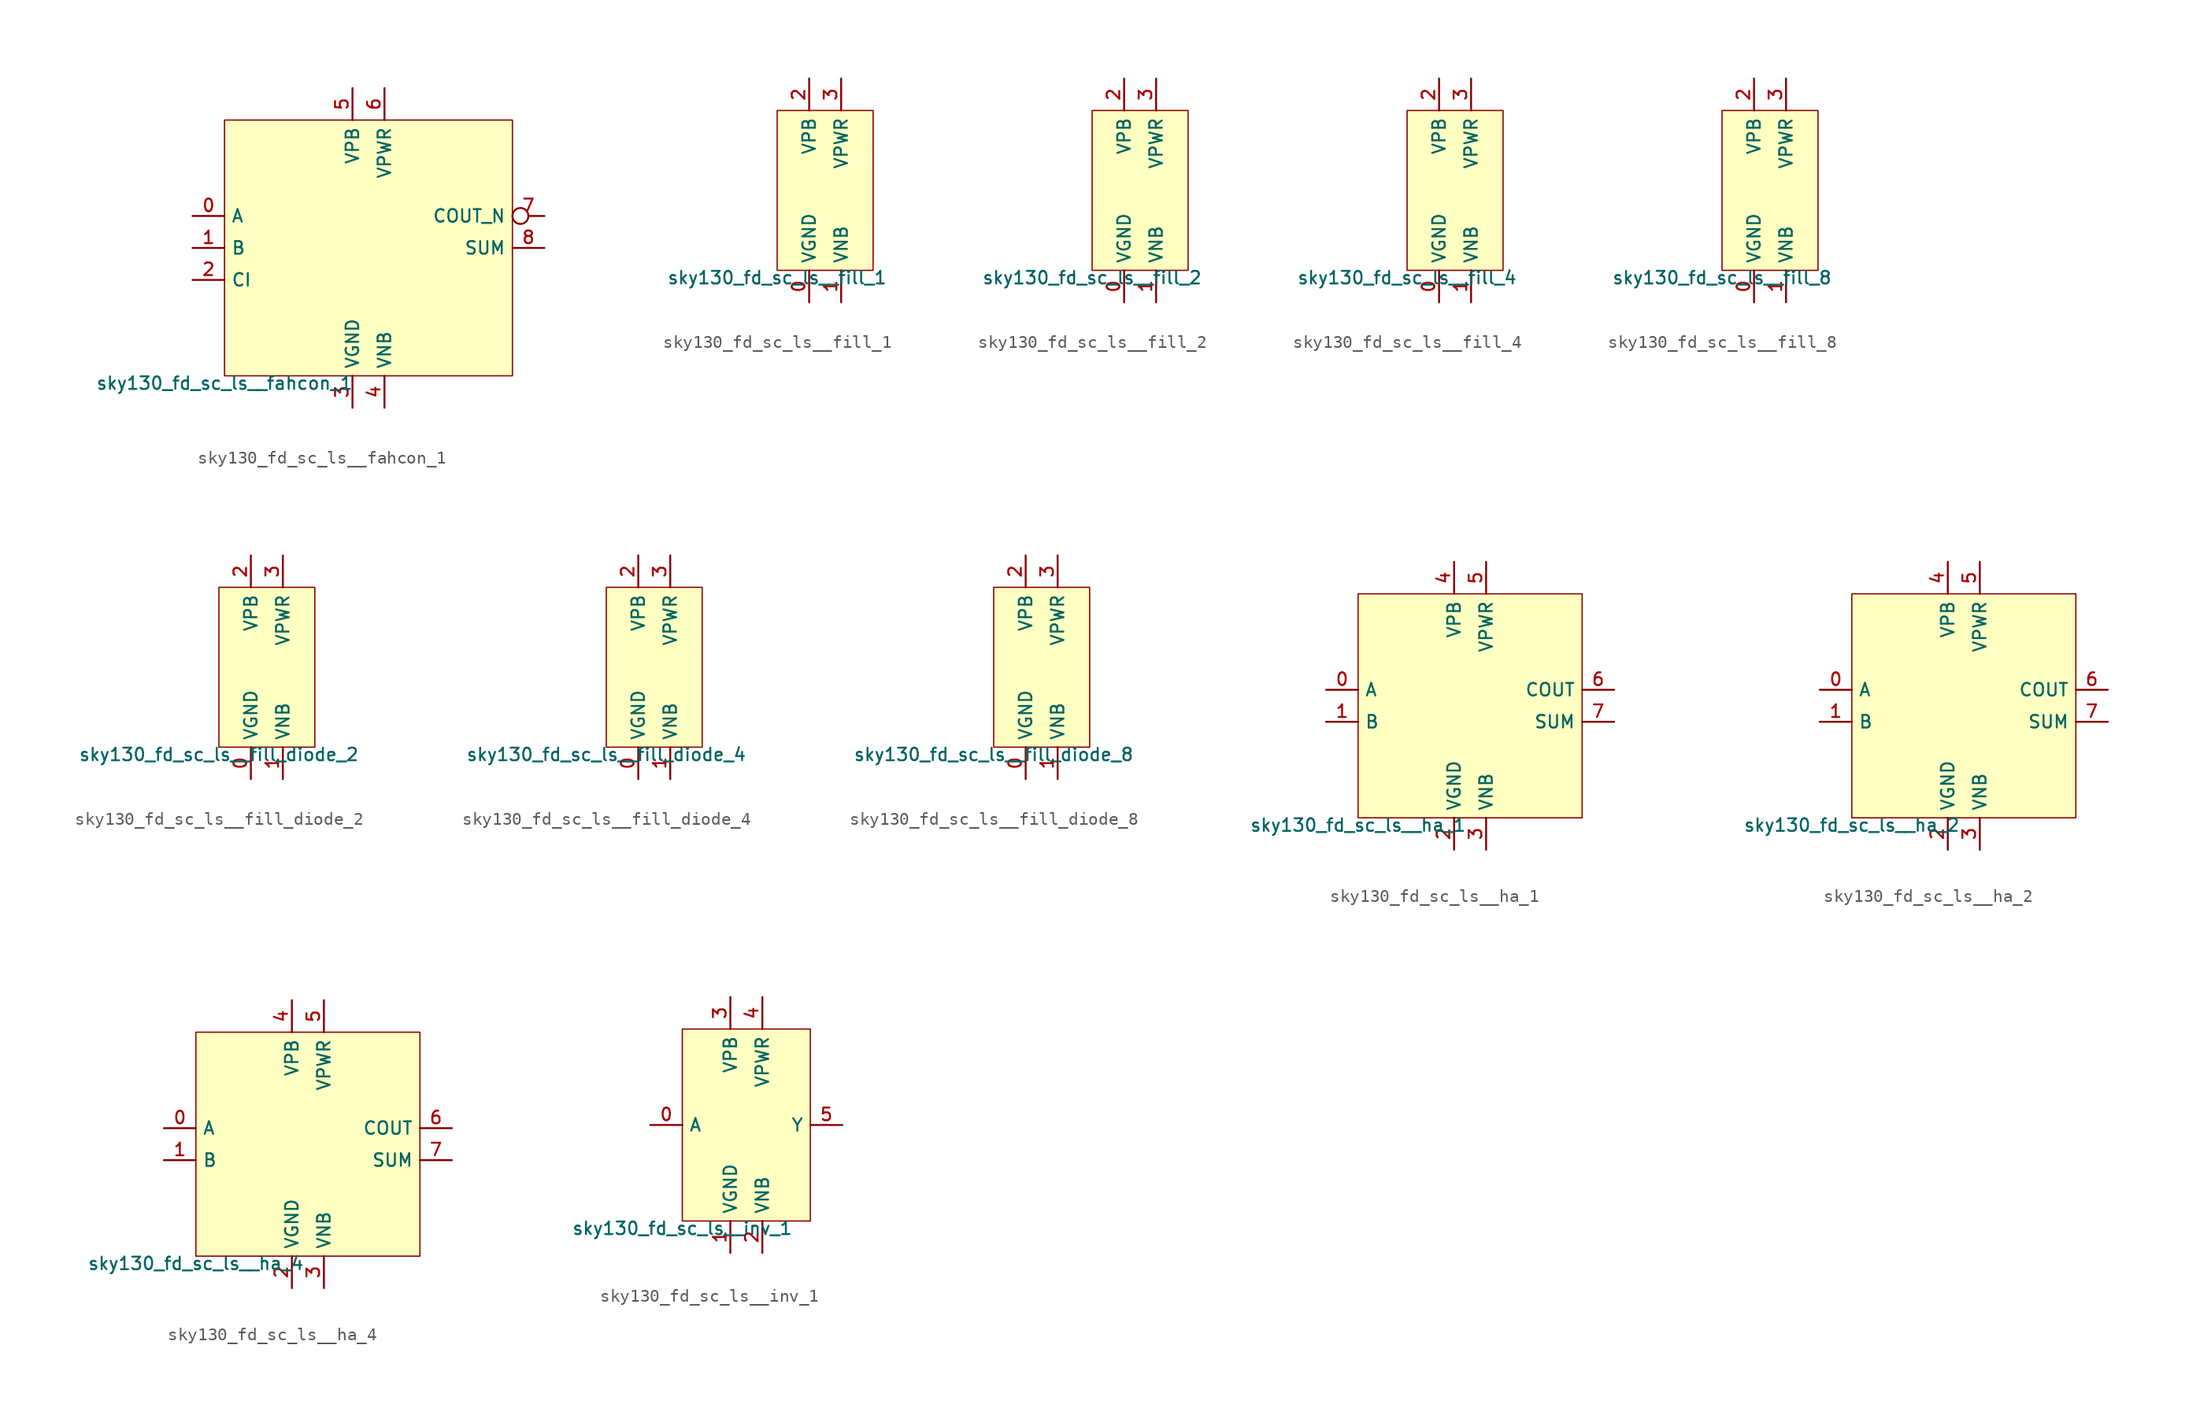
<source format=kicad_sym>
(kicad_symbol_lib
  (version 20211014)
  (generator lef2kicad_sym)
  (symbol "sky130_fd_sc_ls__fahcon_1"
    (property "Reference" "X"
      (at 0 0 0)
      (effects (font (size 1 1)) hide))
    (property "Value" "sky130_fd_sc_ls__fahcon_1"
      (at -11.43 -10.16 0)
      (effects (font (size 1 1)) (justify top)))
    (rectangle
      (start -11.43 -10.16)
      (end 11.43 10.16)
      (stroke (width 0.1) (type solid) (color 0 0 0 0))
      (fill (type background)))
    (pin input line
      (at -13.97 2.54 0)
      (length 2.54)
      (name "A" (effects (font (size 1 1)) hide))
      (number "0" (effects (font (size 1 1)) hide)))
    (pin input line
      (at -13.97 0.0 0)
      (length 2.54)
      (name "B" (effects (font (size 1 1)) hide))
      (number "1" (effects (font (size 1 1)) hide)))
    (pin input line
      (at -13.97 -2.54 0)
      (length 2.54)
      (name "CI" (effects (font (size 1 1)) hide))
      (number "2" (effects (font (size 1 1)) hide)))
    (pin power_in line
      (at -1.27 -12.7 90)
      (length 2.54)
      (name "VGND" (effects (font (size 1 1)) hide))
      (number "3" (effects (font (size 1 1)) hide)))
    (pin power_in line
      (at 1.27 -12.7 90)
      (length 2.54)
      (name "VNB" (effects (font (size 1 1)) hide))
      (number "4" (effects (font (size 1 1)) hide)))
    (pin power_in line
      (at -1.27 12.7 270)
      (length 2.54)
      (name "VPB" (effects (font (size 1 1)) hide))
      (number "5" (effects (font (size 1 1)) hide)))
    (pin power_in line
      (at 1.27 12.7 270)
      (length 2.54)
      (name "VPWR" (effects (font (size 1 1)) hide))
      (number "6" (effects (font (size 1 1)) hide)))
    (pin output inverted
      (at 13.97 2.54 180)
      (length 2.54)
      (name "COUT_N" (effects (font (size 1 1)) hide))
      (number "7" (effects (font (size 1 1)) hide)))
    (pin output line
      (at 13.97 0.0 180)
      (length 2.54)
      (name "SUM" (effects (font (size 1 1)) hide))
      (number "8" (effects (font (size 1 1)) hide))))
  (symbol "sky130_fd_sc_ls__fill_1"
    (property "Reference" "X"
      (at 0 0 0)
      (effects (font (size 1 1)) hide))
    (property "Value" "sky130_fd_sc_ls__fill_1"
      (at -3.81 -6.35 0)
      (effects (font (size 1 1)) (justify top)))
    (rectangle
      (start -3.81 -6.35)
      (end 3.81 6.35)
      (stroke (width 0.1) (type solid) (color 0 0 0 0))
      (fill (type background)))
    (pin power_in line
      (at -1.27 -8.89 90)
      (length 2.54)
      (name "VGND" (effects (font (size 1 1)) hide))
      (number "0" (effects (font (size 1 1)) hide)))
    (pin power_in line
      (at 1.27 -8.89 90)
      (length 2.54)
      (name "VNB" (effects (font (size 1 1)) hide))
      (number "1" (effects (font (size 1 1)) hide)))
    (pin power_in line
      (at -1.27 8.89 270)
      (length 2.54)
      (name "VPB" (effects (font (size 1 1)) hide))
      (number "2" (effects (font (size 1 1)) hide)))
    (pin power_in line
      (at 1.27 8.89 270)
      (length 2.54)
      (name "VPWR" (effects (font (size 1 1)) hide))
      (number "3" (effects (font (size 1 1)) hide))))
  (symbol "sky130_fd_sc_ls__fill_2"
    (property "Reference" "X"
      (at 0 0 0)
      (effects (font (size 1 1)) hide))
    (property "Value" "sky130_fd_sc_ls__fill_2"
      (at -3.81 -6.35 0)
      (effects (font (size 1 1)) (justify top)))
    (rectangle
      (start -3.81 -6.35)
      (end 3.81 6.35)
      (stroke (width 0.1) (type solid) (color 0 0 0 0))
      (fill (type background)))
    (pin power_in line
      (at -1.27 -8.89 90)
      (length 2.54)
      (name "VGND" (effects (font (size 1 1)) hide))
      (number "0" (effects (font (size 1 1)) hide)))
    (pin power_in line
      (at 1.27 -8.89 90)
      (length 2.54)
      (name "VNB" (effects (font (size 1 1)) hide))
      (number "1" (effects (font (size 1 1)) hide)))
    (pin power_in line
      (at -1.27 8.89 270)
      (length 2.54)
      (name "VPB" (effects (font (size 1 1)) hide))
      (number "2" (effects (font (size 1 1)) hide)))
    (pin power_in line
      (at 1.27 8.89 270)
      (length 2.54)
      (name "VPWR" (effects (font (size 1 1)) hide))
      (number "3" (effects (font (size 1 1)) hide))))
  (symbol "sky130_fd_sc_ls__fill_4"
    (property "Reference" "X"
      (at 0 0 0)
      (effects (font (size 1 1)) hide))
    (property "Value" "sky130_fd_sc_ls__fill_4"
      (at -3.81 -6.35 0)
      (effects (font (size 1 1)) (justify top)))
    (rectangle
      (start -3.81 -6.35)
      (end 3.81 6.35)
      (stroke (width 0.1) (type solid) (color 0 0 0 0))
      (fill (type background)))
    (pin power_in line
      (at -1.27 -8.89 90)
      (length 2.54)
      (name "VGND" (effects (font (size 1 1)) hide))
      (number "0" (effects (font (size 1 1)) hide)))
    (pin power_in line
      (at 1.27 -8.89 90)
      (length 2.54)
      (name "VNB" (effects (font (size 1 1)) hide))
      (number "1" (effects (font (size 1 1)) hide)))
    (pin power_in line
      (at -1.27 8.89 270)
      (length 2.54)
      (name "VPB" (effects (font (size 1 1)) hide))
      (number "2" (effects (font (size 1 1)) hide)))
    (pin power_in line
      (at 1.27 8.89 270)
      (length 2.54)
      (name "VPWR" (effects (font (size 1 1)) hide))
      (number "3" (effects (font (size 1 1)) hide))))
  (symbol "sky130_fd_sc_ls__fill_8"
    (property "Reference" "X"
      (at 0 0 0)
      (effects (font (size 1 1)) hide))
    (property "Value" "sky130_fd_sc_ls__fill_8"
      (at -3.81 -6.35 0)
      (effects (font (size 1 1)) (justify top)))
    (rectangle
      (start -3.81 -6.35)
      (end 3.81 6.35)
      (stroke (width 0.1) (type solid) (color 0 0 0 0))
      (fill (type background)))
    (pin power_in line
      (at -1.27 -8.89 90)
      (length 2.54)
      (name "VGND" (effects (font (size 1 1)) hide))
      (number "0" (effects (font (size 1 1)) hide)))
    (pin power_in line
      (at 1.27 -8.89 90)
      (length 2.54)
      (name "VNB" (effects (font (size 1 1)) hide))
      (number "1" (effects (font (size 1 1)) hide)))
    (pin power_in line
      (at -1.27 8.89 270)
      (length 2.54)
      (name "VPB" (effects (font (size 1 1)) hide))
      (number "2" (effects (font (size 1 1)) hide)))
    (pin power_in line
      (at 1.27 8.89 270)
      (length 2.54)
      (name "VPWR" (effects (font (size 1 1)) hide))
      (number "3" (effects (font (size 1 1)) hide))))
  (symbol "sky130_fd_sc_ls__fill_diode_2"
    (property "Reference" "X"
      (at 0 0 0)
      (effects (font (size 1 1)) hide))
    (property "Value" "sky130_fd_sc_ls__fill_diode_2"
      (at -3.81 -6.35 0)
      (effects (font (size 1 1)) (justify top)))
    (rectangle
      (start -3.81 -6.35)
      (end 3.81 6.35)
      (stroke (width 0.1) (type solid) (color 0 0 0 0))
      (fill (type background)))
    (pin power_in line
      (at -1.27 -8.89 90)
      (length 2.54)
      (name "VGND" (effects (font (size 1 1)) hide))
      (number "0" (effects (font (size 1 1)) hide)))
    (pin power_in line
      (at 1.27 -8.89 90)
      (length 2.54)
      (name "VNB" (effects (font (size 1 1)) hide))
      (number "1" (effects (font (size 1 1)) hide)))
    (pin power_in line
      (at -1.27 8.89 270)
      (length 2.54)
      (name "VPB" (effects (font (size 1 1)) hide))
      (number "2" (effects (font (size 1 1)) hide)))
    (pin power_in line
      (at 1.27 8.89 270)
      (length 2.54)
      (name "VPWR" (effects (font (size 1 1)) hide))
      (number "3" (effects (font (size 1 1)) hide))))
  (symbol "sky130_fd_sc_ls__fill_diode_4"
    (property "Reference" "X"
      (at 0 0 0)
      (effects (font (size 1 1)) hide))
    (property "Value" "sky130_fd_sc_ls__fill_diode_4"
      (at -3.81 -6.35 0)
      (effects (font (size 1 1)) (justify top)))
    (rectangle
      (start -3.81 -6.35)
      (end 3.81 6.35)
      (stroke (width 0.1) (type solid) (color 0 0 0 0))
      (fill (type background)))
    (pin power_in line
      (at -1.27 -8.89 90)
      (length 2.54)
      (name "VGND" (effects (font (size 1 1)) hide))
      (number "0" (effects (font (size 1 1)) hide)))
    (pin power_in line
      (at 1.27 -8.89 90)
      (length 2.54)
      (name "VNB" (effects (font (size 1 1)) hide))
      (number "1" (effects (font (size 1 1)) hide)))
    (pin power_in line
      (at -1.27 8.89 270)
      (length 2.54)
      (name "VPB" (effects (font (size 1 1)) hide))
      (number "2" (effects (font (size 1 1)) hide)))
    (pin power_in line
      (at 1.27 8.89 270)
      (length 2.54)
      (name "VPWR" (effects (font (size 1 1)) hide))
      (number "3" (effects (font (size 1 1)) hide))))
  (symbol "sky130_fd_sc_ls__fill_diode_8"
    (property "Reference" "X"
      (at 0 0 0)
      (effects (font (size 1 1)) hide))
    (property "Value" "sky130_fd_sc_ls__fill_diode_8"
      (at -3.81 -6.35 0)
      (effects (font (size 1 1)) (justify top)))
    (rectangle
      (start -3.81 -6.35)
      (end 3.81 6.35)
      (stroke (width 0.1) (type solid) (color 0 0 0 0))
      (fill (type background)))
    (pin power_in line
      (at -1.27 -8.89 90)
      (length 2.54)
      (name "VGND" (effects (font (size 1 1)) hide))
      (number "0" (effects (font (size 1 1)) hide)))
    (pin power_in line
      (at 1.27 -8.89 90)
      (length 2.54)
      (name "VNB" (effects (font (size 1 1)) hide))
      (number "1" (effects (font (size 1 1)) hide)))
    (pin power_in line
      (at -1.27 8.89 270)
      (length 2.54)
      (name "VPB" (effects (font (size 1 1)) hide))
      (number "2" (effects (font (size 1 1)) hide)))
    (pin power_in line
      (at 1.27 8.89 270)
      (length 2.54)
      (name "VPWR" (effects (font (size 1 1)) hide))
      (number "3" (effects (font (size 1 1)) hide))))
  (symbol "sky130_fd_sc_ls__ha_1"
    (property "Reference" "X"
      (at 0 0 0)
      (effects (font (size 1 1)) hide))
    (property "Value" "sky130_fd_sc_ls__ha_1"
      (at -8.89 -8.89 0)
      (effects (font (size 1 1)) (justify top)))
    (rectangle
      (start -8.89 -8.89)
      (end 8.89 8.89)
      (stroke (width 0.1) (type solid) (color 0 0 0 0))
      (fill (type background)))
    (pin input line
      (at -11.43 1.27 0)
      (length 2.54)
      (name "A" (effects (font (size 1 1)) hide))
      (number "0" (effects (font (size 1 1)) hide)))
    (pin input line
      (at -11.43 -1.27 0)
      (length 2.54)
      (name "B" (effects (font (size 1 1)) hide))
      (number "1" (effects (font (size 1 1)) hide)))
    (pin power_in line
      (at -1.27 -11.43 90)
      (length 2.54)
      (name "VGND" (effects (font (size 1 1)) hide))
      (number "2" (effects (font (size 1 1)) hide)))
    (pin power_in line
      (at 1.27 -11.43 90)
      (length 2.54)
      (name "VNB" (effects (font (size 1 1)) hide))
      (number "3" (effects (font (size 1 1)) hide)))
    (pin power_in line
      (at -1.27 11.43 270)
      (length 2.54)
      (name "VPB" (effects (font (size 1 1)) hide))
      (number "4" (effects (font (size 1 1)) hide)))
    (pin power_in line
      (at 1.27 11.43 270)
      (length 2.54)
      (name "VPWR" (effects (font (size 1 1)) hide))
      (number "5" (effects (font (size 1 1)) hide)))
    (pin output line
      (at 11.43 1.27 180)
      (length 2.54)
      (name "COUT" (effects (font (size 1 1)) hide))
      (number "6" (effects (font (size 1 1)) hide)))
    (pin output line
      (at 11.43 -1.27 180)
      (length 2.54)
      (name "SUM" (effects (font (size 1 1)) hide))
      (number "7" (effects (font (size 1 1)) hide))))
  (symbol "sky130_fd_sc_ls__ha_2"
    (property "Reference" "X"
      (at 0 0 0)
      (effects (font (size 1 1)) hide))
    (property "Value" "sky130_fd_sc_ls__ha_2"
      (at -8.89 -8.89 0)
      (effects (font (size 1 1)) (justify top)))
    (rectangle
      (start -8.89 -8.89)
      (end 8.89 8.89)
      (stroke (width 0.1) (type solid) (color 0 0 0 0))
      (fill (type background)))
    (pin input line
      (at -11.43 1.27 0)
      (length 2.54)
      (name "A" (effects (font (size 1 1)) hide))
      (number "0" (effects (font (size 1 1)) hide)))
    (pin input line
      (at -11.43 -1.27 0)
      (length 2.54)
      (name "B" (effects (font (size 1 1)) hide))
      (number "1" (effects (font (size 1 1)) hide)))
    (pin power_in line
      (at -1.27 -11.43 90)
      (length 2.54)
      (name "VGND" (effects (font (size 1 1)) hide))
      (number "2" (effects (font (size 1 1)) hide)))
    (pin power_in line
      (at 1.27 -11.43 90)
      (length 2.54)
      (name "VNB" (effects (font (size 1 1)) hide))
      (number "3" (effects (font (size 1 1)) hide)))
    (pin power_in line
      (at -1.27 11.43 270)
      (length 2.54)
      (name "VPB" (effects (font (size 1 1)) hide))
      (number "4" (effects (font (size 1 1)) hide)))
    (pin power_in line
      (at 1.27 11.43 270)
      (length 2.54)
      (name "VPWR" (effects (font (size 1 1)) hide))
      (number "5" (effects (font (size 1 1)) hide)))
    (pin output line
      (at 11.43 1.27 180)
      (length 2.54)
      (name "COUT" (effects (font (size 1 1)) hide))
      (number "6" (effects (font (size 1 1)) hide)))
    (pin output line
      (at 11.43 -1.27 180)
      (length 2.54)
      (name "SUM" (effects (font (size 1 1)) hide))
      (number "7" (effects (font (size 1 1)) hide))))
  (symbol "sky130_fd_sc_ls__ha_4"
    (property "Reference" "X"
      (at 0 0 0)
      (effects (font (size 1 1)) hide))
    (property "Value" "sky130_fd_sc_ls__ha_4"
      (at -8.89 -8.89 0)
      (effects (font (size 1 1)) (justify top)))
    (rectangle
      (start -8.89 -8.89)
      (end 8.89 8.89)
      (stroke (width 0.1) (type solid) (color 0 0 0 0))
      (fill (type background)))
    (pin input line
      (at -11.43 1.27 0)
      (length 2.54)
      (name "A" (effects (font (size 1 1)) hide))
      (number "0" (effects (font (size 1 1)) hide)))
    (pin input line
      (at -11.43 -1.27 0)
      (length 2.54)
      (name "B" (effects (font (size 1 1)) hide))
      (number "1" (effects (font (size 1 1)) hide)))
    (pin power_in line
      (at -1.27 -11.43 90)
      (length 2.54)
      (name "VGND" (effects (font (size 1 1)) hide))
      (number "2" (effects (font (size 1 1)) hide)))
    (pin power_in line
      (at 1.27 -11.43 90)
      (length 2.54)
      (name "VNB" (effects (font (size 1 1)) hide))
      (number "3" (effects (font (size 1 1)) hide)))
    (pin power_in line
      (at -1.27 11.43 270)
      (length 2.54)
      (name "VPB" (effects (font (size 1 1)) hide))
      (number "4" (effects (font (size 1 1)) hide)))
    (pin power_in line
      (at 1.27 11.43 270)
      (length 2.54)
      (name "VPWR" (effects (font (size 1 1)) hide))
      (number "5" (effects (font (size 1 1)) hide)))
    (pin output line
      (at 11.43 1.27 180)
      (length 2.54)
      (name "COUT" (effects (font (size 1 1)) hide))
      (number "6" (effects (font (size 1 1)) hide)))
    (pin output line
      (at 11.43 -1.27 180)
      (length 2.54)
      (name "SUM" (effects (font (size 1 1)) hide))
      (number "7" (effects (font (size 1 1)) hide))))
  (symbol "sky130_fd_sc_ls__inv_1"
    (property "Reference" "X"
      (at 0 0 0)
      (effects (font (size 1 1)) hide))
    (property "Value" "sky130_fd_sc_ls__inv_1"
      (at -5.08 -7.62 0)
      (effects (font (size 1 1)) (justify top)))
    (rectangle
      (start -5.08 -7.62)
      (end 5.08 7.62)
      (stroke (width 0.1) (type solid) (color 0 0 0 0))
      (fill (type background)))
    (pin input line
      (at -7.62 0.0 0)
      (length 2.54)
      (name "A" (effects (font (size 1 1)) hide))
      (number "0" (effects (font (size 1 1)) hide)))
    (pin power_in line
      (at -1.27 -10.16 90)
      (length 2.54)
      (name "VGND" (effects (font (size 1 1)) hide))
      (number "1" (effects (font (size 1 1)) hide)))
    (pin power_in line
      (at 1.27 -10.16 90)
      (length 2.54)
      (name "VNB" (effects (font (size 1 1)) hide))
      (number "2" (effects (font (size 1 1)) hide)))
    (pin power_in line
      (at -1.27 10.16 270)
      (length 2.54)
      (name "VPB" (effects (font (size 1 1)) hide))
      (number "3" (effects (font (size 1 1)) hide)))
    (pin power_in line
      (at 1.27 10.16 270)
      (length 2.54)
      (name "VPWR" (effects (font (size 1 1)) hide))
      (number "4" (effects (font (size 1 1)) hide)))
    (pin output line
      (at 7.62 0.0 180)
      (length 2.54)
      (name "Y" (effects (font (size 1 1)) hide))
      (number "5" (effects (font (size 1 1)) hide)))))
</source>
